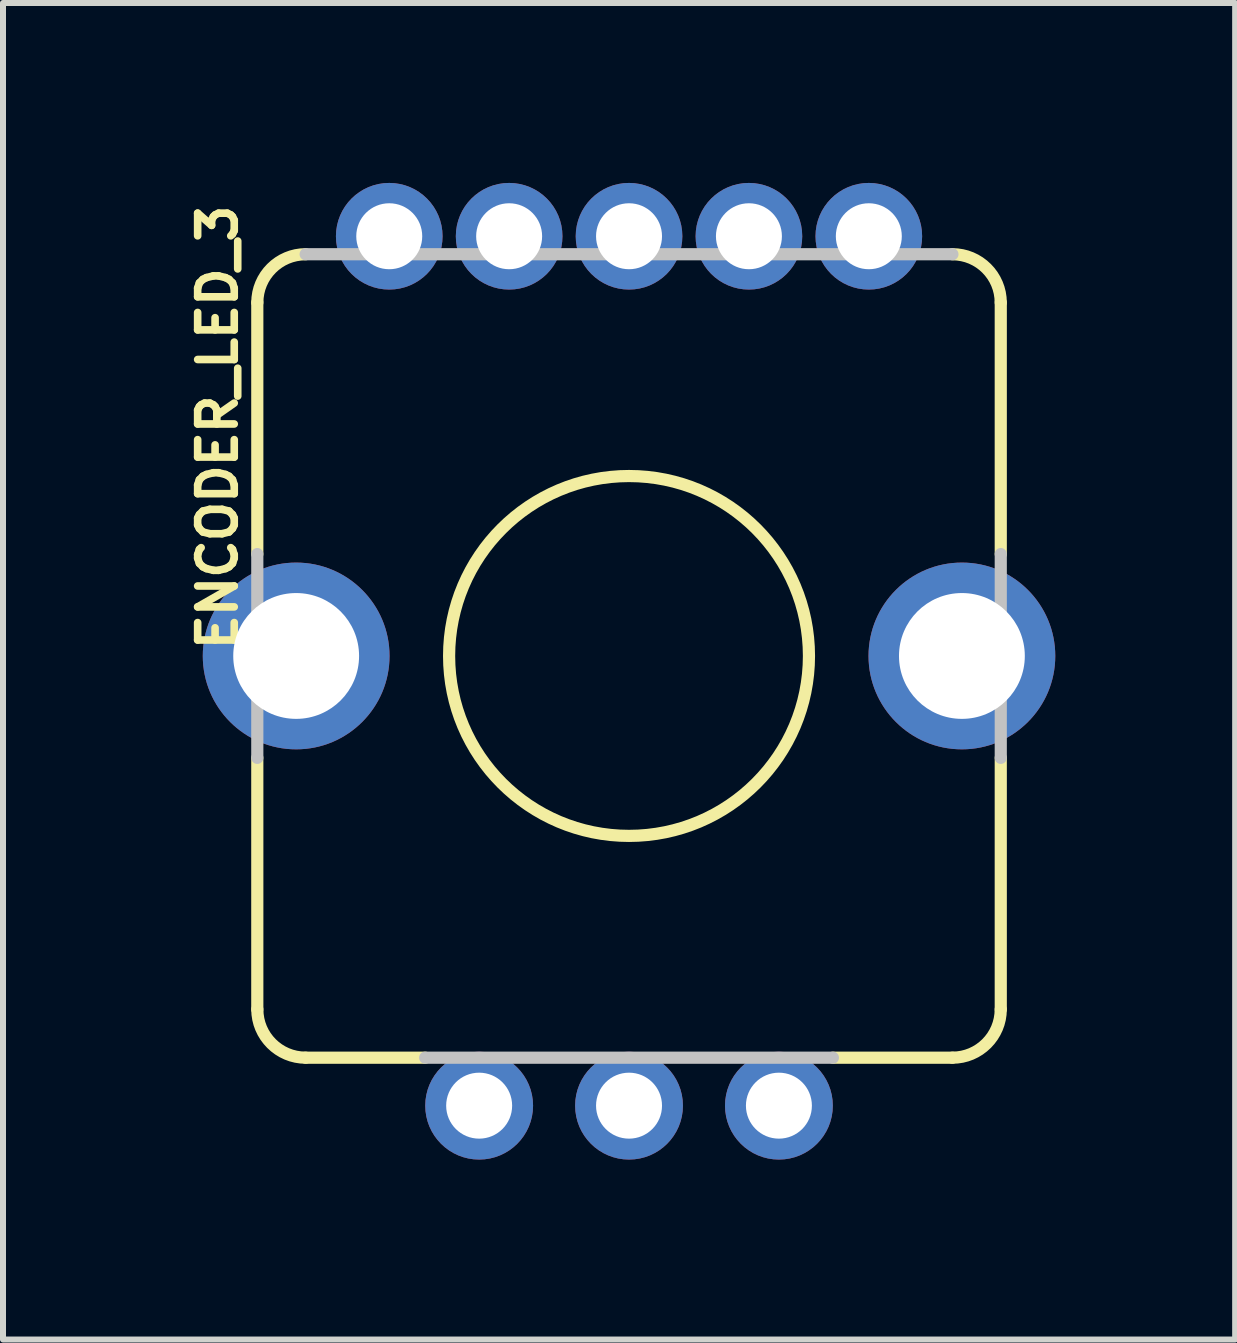
<source format=kicad_pcb>
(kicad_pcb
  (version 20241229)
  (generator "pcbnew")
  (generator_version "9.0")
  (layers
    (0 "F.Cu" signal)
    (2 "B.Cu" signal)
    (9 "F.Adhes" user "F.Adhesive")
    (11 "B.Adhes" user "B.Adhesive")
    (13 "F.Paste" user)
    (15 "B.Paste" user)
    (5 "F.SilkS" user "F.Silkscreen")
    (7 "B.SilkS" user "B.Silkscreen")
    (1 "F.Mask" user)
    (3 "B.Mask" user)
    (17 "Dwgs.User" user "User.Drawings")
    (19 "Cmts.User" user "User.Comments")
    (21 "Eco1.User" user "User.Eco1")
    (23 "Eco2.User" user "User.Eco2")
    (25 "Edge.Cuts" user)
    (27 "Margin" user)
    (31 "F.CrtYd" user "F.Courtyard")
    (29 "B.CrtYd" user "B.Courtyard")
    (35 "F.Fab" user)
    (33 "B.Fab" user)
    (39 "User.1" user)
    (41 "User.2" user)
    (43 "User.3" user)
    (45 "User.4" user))
  (footprint "ENCODER_LED_3"
    (layer "F.Cu")
    (at 7.438 7.887)
    (property "Reference" "ENCODER_LED_3" (at -6.858 -3.81 90) (layer "F.SilkS") (effects (font (size 0.61 0.61) (thickness 0.127))))
    (attr exclude_from_pos_files exclude_from_bom)
    (fp_line (start -6.198 -1.699) (end -6.198 -5.893) (stroke (width 0.203) (type solid)) (layer "F.SilkS"))
    (fp_line (start -6.198 1.699) (end -6.198 5.893) (stroke (width 0.203) (type solid)) (layer "F.SilkS"))
    (fp_line (start -5.392 6.698) (end -3.399 6.698) (stroke (width 0.203) (type solid)) (layer "F.SilkS"))
    (fp_line (start 5.392 6.698) (end 3.399 6.698) (stroke (width 0.203) (type solid)) (layer "F.SilkS"))
    (fp_line (start 6.198 -1.699) (end 6.198 -5.893) (stroke (width 0.203) (type solid)) (layer "F.SilkS"))
    (fp_line (start 6.198 1.699) (end 6.198 5.893) (stroke (width 0.203) (type solid)) (layer "F.SilkS"))
    (fp_arc (start -6.1976 -5.8928) (mid -5.961768 -6.462148) (end -5.39242 -6.69798) (stroke (width 0.2032) (type solid)) (layer "F.SilkS"))
    (fp_arc (start -5.39242 6.69798) (mid -5.961768 6.462148) (end -6.1976 5.8928) (stroke (width 0.2032) (type solid)) (layer "F.SilkS"))
    (fp_arc (start 5.39242 -6.69798) (mid 5.961768 -6.462148) (end 6.1976 -5.8928) (stroke (width 0.2032) (type solid)) (layer "F.SilkS"))
    (fp_arc (start 6.1976 5.8928) (mid 5.961768 6.462148) (end 5.39242 6.69798) (stroke (width 0.2032) (type solid)) (layer "F.SilkS"))
    (fp_circle (center 0 0) (end 0 -3) (stroke (width 0.203) (type solid)) (fill no) (layer "F.SilkS"))
    (fp_line (start -6.198 1.699) (end -6.198 -1.699) (stroke (width 0.203) (type solid)) (layer "Dwgs.User"))
    (fp_line (start -5.392 -6.698) (end -3.899 -6.698) (stroke (width 0.203) (type solid)) (layer "Dwgs.User"))
    (fp_line (start -3.899 -6.698) (end 3.899 -6.698) (stroke (width 0.203) (type solid)) (layer "Dwgs.User"))
    (fp_line (start 3.399 6.698) (end -3.399 6.698) (stroke (width 0.203) (type solid)) (layer "Dwgs.User"))
    (fp_line (start 5.392 -6.698) (end 3.899 -6.698) (stroke (width 0.203) (type solid)) (layer "Dwgs.User"))
    (fp_line (start 6.198 -1.699) (end 6.198 1.699) (stroke (width 0.203) (type solid)) (layer "Dwgs.User"))
    (pad "1" thru_hole circle (at -3.998 -6.998) (size 1.778 1.778) (drill 1.1) (layers "*.Cu" "*.Mask"))
    (pad "2" thru_hole circle (at -1.999 -6.998) (size 1.778 1.778) (drill 1.1) (layers "*.Cu" "*.Mask"))
    (pad "3" thru_hole circle (at 0 -6.998) (size 1.778 1.778) (drill 1.1) (layers "*.Cu" "*.Mask"))
    (pad "4" thru_hole circle (at 1.999 -6.998) (size 1.778 1.778) (drill 1.1) (layers "*.Cu" "*.Mask"))
    (pad "5" thru_hole circle (at 3.998 -6.998) (size 1.778 1.778) (drill 1.1) (layers "*.Cu" "*.Mask"))
    (pad "A" thru_hole circle (at -2.499 7.498) (size 1.798 1.798) (drill 1.1) (layers "*.Cu" "*.Mask"))
    (pad "B" thru_hole circle (at 2.499 7.498) (size 1.798 1.798) (drill 1.1) (layers "*.Cu" "*.Mask"))
    (pad "C" thru_hole circle (at 0 7.498) (size 1.798 1.798) (drill 1.1) (layers "*.Cu" "*.Mask"))
    (pad "M1" thru_hole circle (at -5.55 0) (size 3.114 3.114) (drill 2.098) (layers "*.Cu" "*.Mask"))
    (pad "M2" thru_hole circle (at 5.55 0) (size 3.114 3.114) (drill 2.098) (layers "*.Cu" "*.Mask")))
  (gr_rect
    (start -3 -3)
    (end 17.544 19.284)
    (stroke (width 0.1) (type default))
    (fill no)
    (layer "Edge.Cuts")))
</source>
